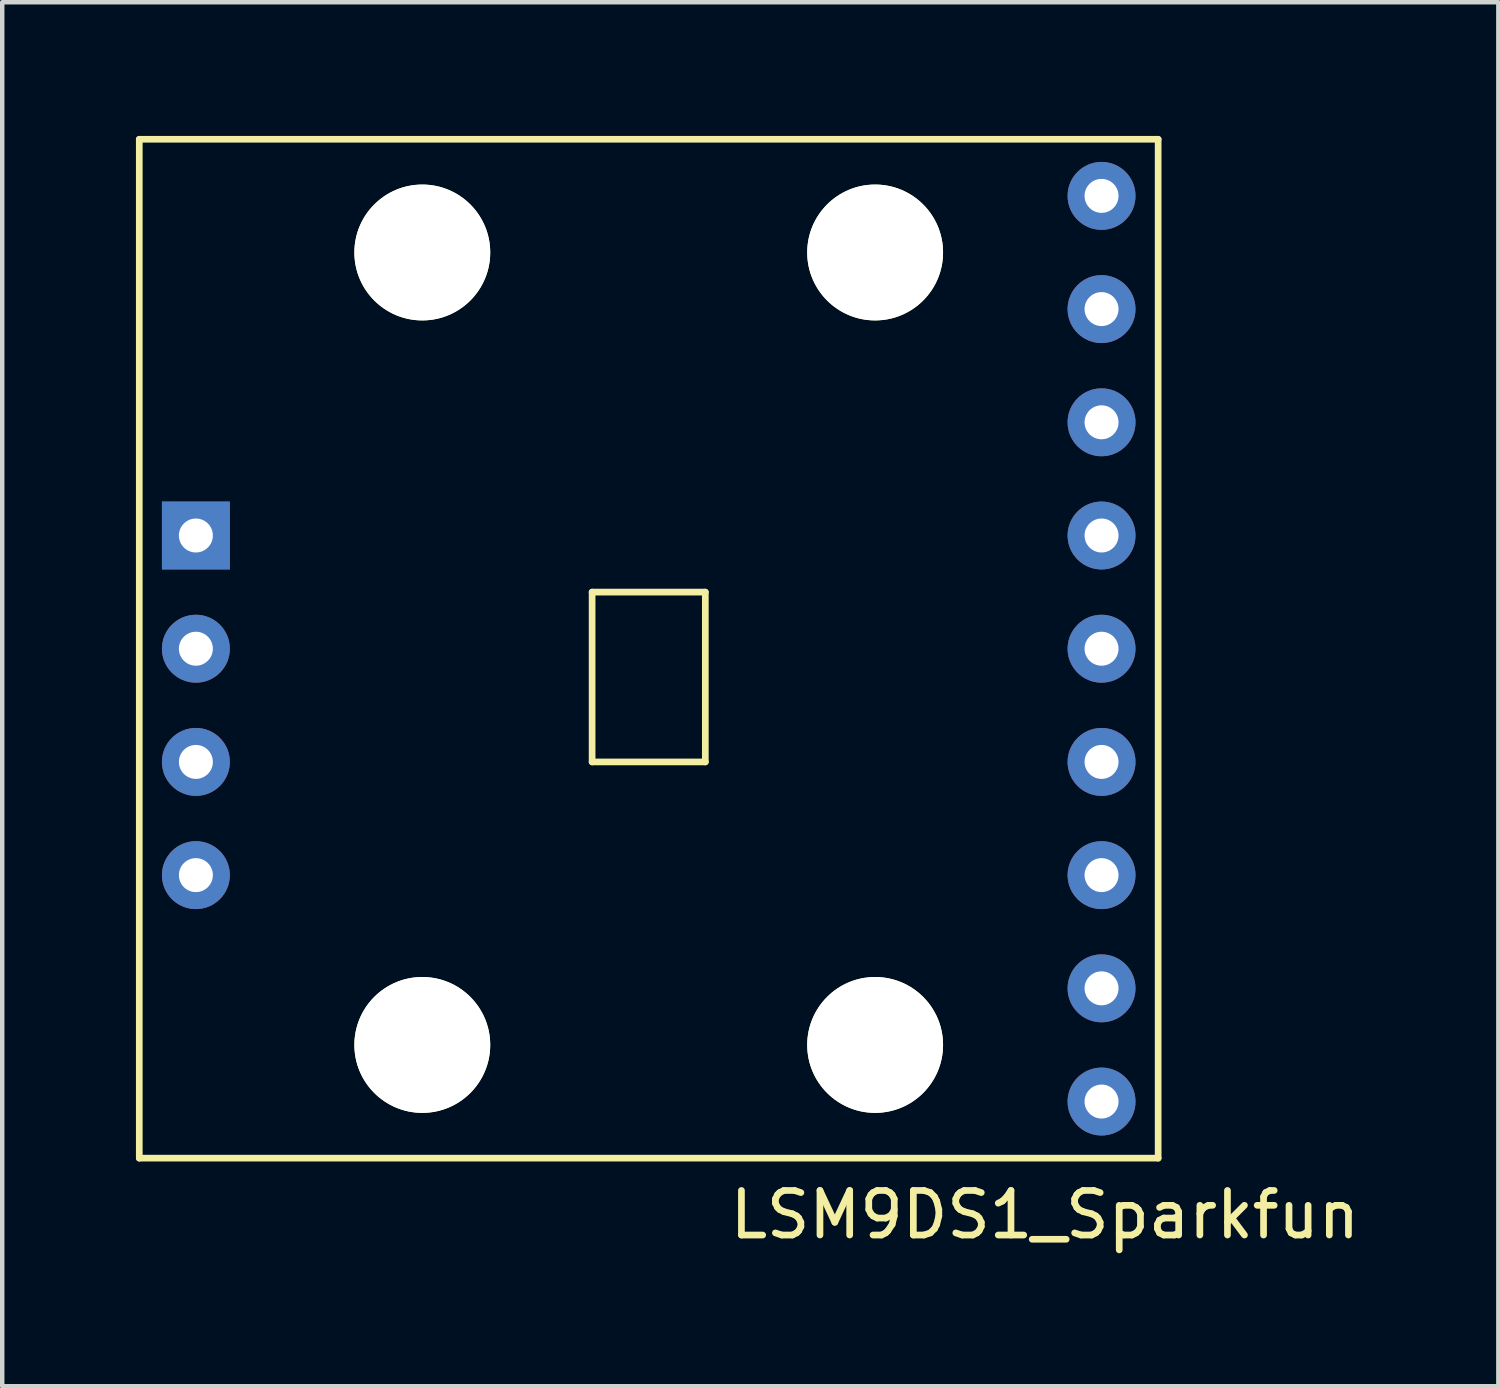
<source format=kicad_pcb>
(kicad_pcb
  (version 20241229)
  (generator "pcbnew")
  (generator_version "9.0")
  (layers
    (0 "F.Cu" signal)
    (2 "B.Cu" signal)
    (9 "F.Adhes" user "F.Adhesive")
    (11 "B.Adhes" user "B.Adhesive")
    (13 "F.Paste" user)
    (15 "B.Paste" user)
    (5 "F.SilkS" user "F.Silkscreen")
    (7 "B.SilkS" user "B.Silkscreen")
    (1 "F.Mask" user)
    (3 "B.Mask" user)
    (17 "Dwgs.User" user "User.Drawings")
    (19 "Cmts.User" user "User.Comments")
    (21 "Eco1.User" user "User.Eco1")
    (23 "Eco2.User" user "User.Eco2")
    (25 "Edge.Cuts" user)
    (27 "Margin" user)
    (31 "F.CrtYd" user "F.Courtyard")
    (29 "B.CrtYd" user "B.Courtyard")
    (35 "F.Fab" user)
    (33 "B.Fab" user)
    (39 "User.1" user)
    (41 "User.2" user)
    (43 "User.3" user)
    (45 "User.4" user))
  (footprint "LSM9DS1_Sparkfun"
    (layer "F.Cu")
    (at 21.665 1.345)
    (property "Reference" "LSM9DS1_Sparkfun" (at -1.27 22.86 0) (layer "F.SilkS") (effects (font (size 1 1) (thickness 0.15))))
    (attr through_hole)
    (fp_line (start -21.59 -1.27) (end 1.27 -1.27) (stroke (width 0.15) (type solid)) (layer "F.SilkS"))
    (fp_line (start -21.59 21.59) (end -21.59 -1.27) (stroke (width 0.15) (type solid)) (layer "F.SilkS"))
    (fp_line (start -11.43 8.89) (end -8.89 8.89) (stroke (width 0.15) (type solid)) (layer "F.SilkS"))
    (fp_line (start -11.43 12.7) (end -11.43 8.89) (stroke (width 0.15) (type solid)) (layer "F.SilkS"))
    (fp_line (start -8.89 8.89) (end -8.89 12.7) (stroke (width 0.15) (type solid)) (layer "F.SilkS"))
    (fp_line (start -8.89 12.7) (end -11.43 12.7) (stroke (width 0.15) (type solid)) (layer "F.SilkS"))
    (fp_line (start 1.27 -1.27) (end 1.27 21.59) (stroke (width 0.15) (type solid)) (layer "F.SilkS"))
    (fp_line (start 1.27 21.59) (end -21.59 21.59) (stroke (width 0.15) (type solid)) (layer "F.SilkS"))
    (pad "" np_thru_hole circle (at -15.24 1.27) (size 3.048 3.048) (drill 3.048) (layers "*.Cu" "*.Mask" "F.SilkS"))
    (pad "" np_thru_hole circle (at -15.24 19.05) (size 3.048 3.048) (drill 3.048) (layers "*.Cu" "*.Mask" "F.SilkS"))
    (pad "" np_thru_hole circle (at -5.08 1.27) (size 3.048 3.048) (drill 3.048) (layers "*.Cu" "*.Mask" "F.SilkS"))
    (pad "" np_thru_hole circle (at -5.08 19.05) (size 3.048 3.048) (drill 3.048) (layers "*.Cu" "*.Mask" "F.SilkS"))
    (pad "1" thru_hole circle (at 0 20.32) (size 1.524 1.524) (drill 0.762) (layers "*.Cu" "*.Mask"))
    (pad "2" thru_hole circle (at 0 17.78) (size 1.524 1.524) (drill 0.762) (layers "*.Cu" "*.Mask"))
    (pad "3" thru_hole circle (at 0 15.24) (size 1.524 1.524) (drill 0.762) (layers "*.Cu" "*.Mask"))
    (pad "4" thru_hole circle (at 0 12.7) (size 1.524 1.524) (drill 0.762) (layers "*.Cu" "*.Mask"))
    (pad "5" thru_hole circle (at 0 10.16) (size 1.524 1.524) (drill 0.762) (layers "*.Cu" "*.Mask"))
    (pad "6" thru_hole circle (at 0 7.62) (size 1.524 1.524) (drill 0.762) (layers "*.Cu" "*.Mask"))
    (pad "7" thru_hole circle (at 0 5.08) (size 1.524 1.524) (drill 0.762) (layers "*.Cu" "*.Mask"))
    (pad "8" thru_hole circle (at 0 2.54) (size 1.524 1.524) (drill 0.762) (layers "*.Cu" "*.Mask"))
    (pad "9" thru_hole circle (at 0 0) (size 1.524 1.524) (drill 0.762) (layers "*.Cu" "*.Mask"))
    (pad "10" thru_hole circle (at -20.32 15.24) (size 1.524 1.524) (drill 0.762) (layers "*.Cu" "*.Mask"))
    (pad "11" thru_hole circle (at -20.32 12.7) (size 1.524 1.524) (drill 0.762) (layers "*.Cu" "*.Mask"))
    (pad "12" thru_hole circle (at -20.32 10.16) (size 1.524 1.524) (drill 0.762) (layers "*.Cu" "*.Mask"))
    (pad "13" thru_hole rect (at -20.32 7.62) (size 1.524 1.524) (drill 0.762) (layers "*.Cu" "*.Mask")))
  (gr_rect
    (start -3 -3)
    (end 30.568 28.053)
    (stroke (width 0.1) (type default))
    (fill no)
    (layer "Edge.Cuts")))
</source>
